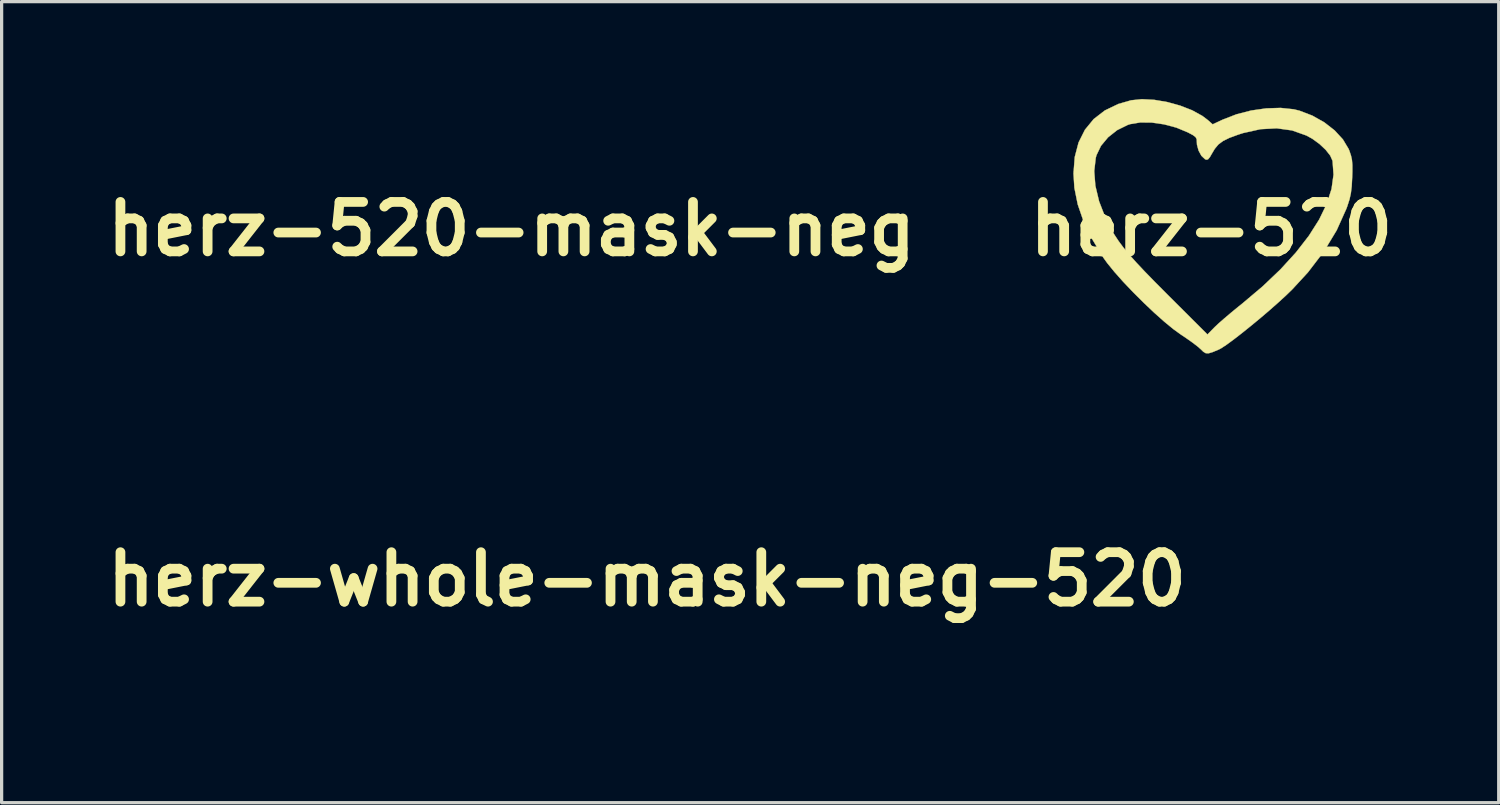
<source format=kicad_pcb>
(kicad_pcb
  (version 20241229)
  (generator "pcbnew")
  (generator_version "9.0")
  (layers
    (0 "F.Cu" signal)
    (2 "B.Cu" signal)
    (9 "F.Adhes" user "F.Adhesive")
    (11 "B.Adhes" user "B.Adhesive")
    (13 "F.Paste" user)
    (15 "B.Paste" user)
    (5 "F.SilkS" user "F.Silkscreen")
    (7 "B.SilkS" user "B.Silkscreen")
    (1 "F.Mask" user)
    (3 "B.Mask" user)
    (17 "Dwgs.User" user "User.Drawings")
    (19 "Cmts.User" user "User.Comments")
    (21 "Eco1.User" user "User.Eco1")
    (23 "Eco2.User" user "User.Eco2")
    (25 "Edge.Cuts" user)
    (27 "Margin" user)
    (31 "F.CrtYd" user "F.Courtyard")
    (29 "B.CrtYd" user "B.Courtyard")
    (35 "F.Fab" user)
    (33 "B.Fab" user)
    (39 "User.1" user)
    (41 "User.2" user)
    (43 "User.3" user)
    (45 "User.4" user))
  (footprint "herz-520-mask-neg"
    (layer "F.Cu")
    (at 12.707 4.004)
    (property "Reference" "herz-520-mask-neg" (at 0 0 0) (layer "F.SilkS") (effects (font (size 1.524 1.524) (thickness 0.3))))
    (attr through_hole)
    (fp_poly (pts (xy -1.763 -3.979) (xy -1.362 -3.911) (xy -0.964 -3.801) (xy -0.594 -3.657) (xy -0.28 -3.484) (xy -0.125 -3.367) (xy 0.038 -3.224) (xy 0.348 -3.369) (xy 0.771 -3.533) (xy 1.225 -3.65) (xy 1.687 -3.716) (xy 2.131 -3.73) (xy 2.534 -3.688) (xy 2.711 -3.645) (xy 3.11 -3.492) (xy 3.477 -3.285) (xy 3.795 -3.037) (xy 4.05 -2.76) (xy 4.226 -2.466) (xy 4.25 -2.408) (xy 4.298 -2.264) (xy 4.328 -2.129) (xy 4.341 -1.973) (xy 4.341 -1.768) (xy 4.335 -1.587) (xy 4.321 -1.315) (xy 4.295 -1.103) (xy 4.253 -0.913) (xy 4.186 -0.706) (xy 4.158 -0.628) (xy 3.858 0.039) (xy 3.462 0.695) (xy 2.972 1.336) (xy 2.491 1.858) (xy 2.289 2.054) (xy 2.047 2.275) (xy 1.777 2.513) (xy 1.493 2.755) (xy 1.207 2.991) (xy 0.933 3.211) (xy 0.683 3.405) (xy 0.47 3.561) (xy 0.307 3.669) (xy 0.231 3.71) (xy 0.04 3.79) (xy -0.086 3.828) (xy -0.174 3.825) (xy -0.249 3.781) (xy -0.321 3.71) (xy -0.422 3.621) (xy -0.581 3.499) (xy -0.775 3.362) (xy -0.928 3.26) (xy -1.167 3.088) (xy -1.45 2.856) (xy -1.762 2.578) (xy -2.087 2.27) (xy -2.41 1.948) (xy -2.715 1.628) (xy -2.985 1.324) (xy -3.206 1.053) (xy -3.331 0.879) (xy -3.677 0.305) (xy -3.939 -0.237) (xy -4.118 -0.758) (xy -4.221 -1.268) (xy -4.249 -1.712) (xy -4.243 -1.782) (xy -3.61 -1.782) (xy -3.575 -1.333) (xy -3.46 -0.852) (xy -3.265 -0.349) (xy -3.204 -0.22) (xy -3.098 -0.015) (xy -2.987 0.178) (xy -2.861 0.369) (xy -2.714 0.567) (xy -2.537 0.781) (xy -2.322 1.023) (xy -2.061 1.301) (xy -1.747 1.624) (xy -1.37 2.003) (xy -1.297 2.076) (xy -0.122 3.248) (xy 0.098 3.024) (xy 0.213 2.915) (xy 0.386 2.763) (xy 0.598 2.583) (xy 0.829 2.393) (xy 0.953 2.294) (xy 1.577 1.767) (xy 2.128 1.242) (xy 2.603 0.722) (xy 3 0.21) (xy 3.317 -0.289) (xy 3.551 -0.772) (xy 3.7 -1.235) (xy 3.761 -1.674) (xy 3.732 -2.086) (xy 3.729 -2.105) (xy 3.659 -2.262) (xy 3.52 -2.439) (xy 3.33 -2.618) (xy 3.111 -2.778) (xy 2.926 -2.88) (xy 2.484 -3.037) (xy 2.012 -3.102) (xy 1.51 -3.075) (xy 0.976 -2.956) (xy 0.826 -2.908) (xy 0.554 -2.808) (xy 0.357 -2.711) (xy 0.213 -2.603) (xy 0.102 -2.469) (xy 0.034 -2.355) (xy -0.048 -2.214) (xy -0.106 -2.145) (xy -0.159 -2.135) (xy -0.198 -2.151) (xy -0.308 -2.254) (xy -0.396 -2.416) (xy -0.445 -2.597) (xy -0.449 -2.674) (xy -0.453 -2.764) (xy -0.487 -2.83) (xy -0.57 -2.893) (xy -0.722 -2.974) (xy -0.726 -2.976) (xy -1.079 -3.123) (xy -1.458 -3.224) (xy -1.837 -3.279) (xy -2.194 -3.282) (xy -2.502 -3.231) (xy -2.577 -3.207) (xy -2.905 -3.045) (xy -3.184 -2.824) (xy -3.402 -2.562) (xy -3.541 -2.273) (xy -3.563 -2.191) (xy -3.61 -1.782) (xy -4.243 -1.782) (xy -4.21 -2.217) (xy -4.092 -2.666) (xy -3.897 -3.056) (xy -3.627 -3.386) (xy -3.284 -3.651) (xy -2.869 -3.851) (xy -2.473 -3.965) (xy -2.142 -3.999) (xy -1.763 -3.979)) (stroke (width 0.01) (type solid)) (fill yes) (layer "F.Mask")))
  (footprint "herz-520"
    (layer "F.Cu")
    (at 34.264 4.004)
    (property "Reference" "herz-520" (at 0 0 0) (layer "F.SilkS") (effects (font (size 1.524 1.524) (thickness 0.3))))
    (attr through_hole)
    (fp_poly (pts (xy -1.763 -3.979) (xy -1.362 -3.911) (xy -0.964 -3.801) (xy -0.594 -3.657) (xy -0.28 -3.484) (xy -0.125 -3.367) (xy 0.038 -3.224) (xy 0.348 -3.369) (xy 0.771 -3.533) (xy 1.225 -3.65) (xy 1.687 -3.716) (xy 2.131 -3.73) (xy 2.534 -3.688) (xy 2.711 -3.645) (xy 3.11 -3.492) (xy 3.477 -3.285) (xy 3.795 -3.037) (xy 4.05 -2.76) (xy 4.226 -2.466) (xy 4.25 -2.408) (xy 4.298 -2.264) (xy 4.328 -2.129) (xy 4.341 -1.973) (xy 4.341 -1.768) (xy 4.335 -1.587) (xy 4.321 -1.315) (xy 4.295 -1.103) (xy 4.253 -0.913) (xy 4.186 -0.706) (xy 4.158 -0.628) (xy 3.858 0.039) (xy 3.462 0.695) (xy 2.972 1.336) (xy 2.491 1.858) (xy 2.289 2.054) (xy 2.047 2.275) (xy 1.777 2.513) (xy 1.493 2.755) (xy 1.207 2.991) (xy 0.933 3.211) (xy 0.683 3.405) (xy 0.47 3.561) (xy 0.307 3.669) (xy 0.231 3.71) (xy 0.04 3.79) (xy -0.086 3.828) (xy -0.174 3.825) (xy -0.249 3.781) (xy -0.321 3.71) (xy -0.422 3.621) (xy -0.581 3.499) (xy -0.775 3.362) (xy -0.928 3.26) (xy -1.167 3.088) (xy -1.45 2.856) (xy -1.762 2.578) (xy -2.087 2.27) (xy -2.41 1.948) (xy -2.715 1.628) (xy -2.985 1.324) (xy -3.206 1.053) (xy -3.331 0.879) (xy -3.677 0.305) (xy -3.939 -0.237) (xy -4.118 -0.758) (xy -4.221 -1.268) (xy -4.249 -1.712) (xy -4.243 -1.782) (xy -3.61 -1.782) (xy -3.575 -1.333) (xy -3.46 -0.852) (xy -3.265 -0.349) (xy -3.204 -0.22) (xy -3.098 -0.015) (xy -2.987 0.178) (xy -2.861 0.369) (xy -2.714 0.567) (xy -2.537 0.781) (xy -2.322 1.023) (xy -2.061 1.301) (xy -1.747 1.624) (xy -1.37 2.003) (xy -1.297 2.076) (xy -0.122 3.248) (xy 0.098 3.024) (xy 0.213 2.915) (xy 0.386 2.763) (xy 0.598 2.583) (xy 0.829 2.393) (xy 0.953 2.294) (xy 1.577 1.767) (xy 2.128 1.242) (xy 2.603 0.722) (xy 3 0.21) (xy 3.317 -0.289) (xy 3.551 -0.772) (xy 3.7 -1.235) (xy 3.761 -1.674) (xy 3.732 -2.086) (xy 3.729 -2.105) (xy 3.659 -2.262) (xy 3.52 -2.439) (xy 3.33 -2.618) (xy 3.111 -2.778) (xy 2.926 -2.88) (xy 2.484 -3.037) (xy 2.012 -3.102) (xy 1.51 -3.075) (xy 0.976 -2.956) (xy 0.826 -2.908) (xy 0.554 -2.808) (xy 0.357 -2.711) (xy 0.213 -2.603) (xy 0.102 -2.469) (xy 0.034 -2.355) (xy -0.048 -2.214) (xy -0.106 -2.145) (xy -0.159 -2.135) (xy -0.198 -2.151) (xy -0.308 -2.254) (xy -0.396 -2.416) (xy -0.445 -2.597) (xy -0.449 -2.674) (xy -0.453 -2.764) (xy -0.487 -2.83) (xy -0.57 -2.893) (xy -0.722 -2.974) (xy -0.726 -2.976) (xy -1.079 -3.123) (xy -1.458 -3.224) (xy -1.837 -3.279) (xy -2.194 -3.282) (xy -2.502 -3.231) (xy -2.577 -3.207) (xy -2.905 -3.045) (xy -3.184 -2.824) (xy -3.402 -2.562) (xy -3.541 -2.273) (xy -3.563 -2.191) (xy -3.61 -1.782) (xy -4.243 -1.782) (xy -4.21 -2.217) (xy -4.092 -2.666) (xy -3.897 -3.056) (xy -3.627 -3.386) (xy -3.284 -3.651) (xy -2.869 -3.851) (xy -2.473 -3.965) (xy -2.142 -3.999) (xy -1.763 -3.979)) (stroke (width 0.01) (type solid)) (fill yes) (layer "F.SilkS")))
  (footprint "herz-whole-mask-neg-520"
    (layer "F.Cu")
    (at 16.88 14.793)
    (property "Reference" "herz-whole-mask-neg-520" (at 0 0 0) (layer "F.SilkS") (effects (font (size 1.524 1.524) (thickness 0.3))))
    (attr through_hole)
    (fp_poly (pts (xy -1.763 -3.931) (xy -1.362 -3.862) (xy -0.964 -3.753) (xy -0.594 -3.608) (xy -0.28 -3.435) (xy -0.125 -3.318) (xy 0.038 -3.175) (xy 0.348 -3.32) (xy 0.771 -3.484) (xy 1.225 -3.601) (xy 1.687 -3.668) (xy 2.131 -3.681) (xy 2.534 -3.639) (xy 2.711 -3.596) (xy 3.11 -3.443) (xy 3.477 -3.237) (xy 3.795 -2.988) (xy 4.05 -2.711) (xy 4.226 -2.418) (xy 4.25 -2.359) (xy 4.298 -2.216) (xy 4.328 -2.08) (xy 4.341 -1.924) (xy 4.341 -1.719) (xy 4.335 -1.539) (xy 4.321 -1.267) (xy 4.295 -1.054) (xy 4.253 -0.864) (xy 4.186 -0.657) (xy 4.158 -0.58) (xy 3.858 0.088) (xy 3.462 0.744) (xy 2.972 1.385) (xy 2.491 1.907) (xy 2.289 2.103) (xy 2.047 2.324) (xy 1.777 2.561) (xy 1.493 2.804) (xy 1.207 3.04) (xy 0.933 3.26) (xy 0.683 3.454) (xy 0.47 3.61) (xy 0.307 3.718) (xy 0.231 3.759) (xy 0.04 3.838) (xy -0.086 3.876) (xy -0.174 3.874) (xy -0.249 3.83) (xy -0.321 3.759) (xy -0.422 3.67) (xy -0.581 3.548) (xy -0.775 3.411) (xy -0.928 3.309) (xy -1.167 3.137) (xy -1.45 2.905) (xy -1.762 2.627) (xy -2.087 2.319) (xy -2.41 1.997) (xy -2.715 1.677) (xy -2.985 1.373) (xy -3.206 1.102) (xy -3.331 0.928) (xy -3.677 0.354) (xy -3.939 -0.189) (xy -4.118 -0.71) (xy -4.221 -1.219) (xy -4.249 -1.663) (xy -4.21 -2.168) (xy -4.092 -2.617) (xy -3.897 -3.008) (xy -3.627 -3.337) (xy -3.284 -3.602) (xy -2.869 -3.802) (xy -2.473 -3.916) (xy -2.142 -3.951) (xy -1.763 -3.931)) (stroke (width 0.01) (type solid)) (fill yes) (layer "F.Mask")))
  (gr_rect
    (start -3 -3)
    (end 43.113 21.674)
    (stroke (width 0.1) (type default))
    (fill no)
    (layer "Edge.Cuts")))
</source>
